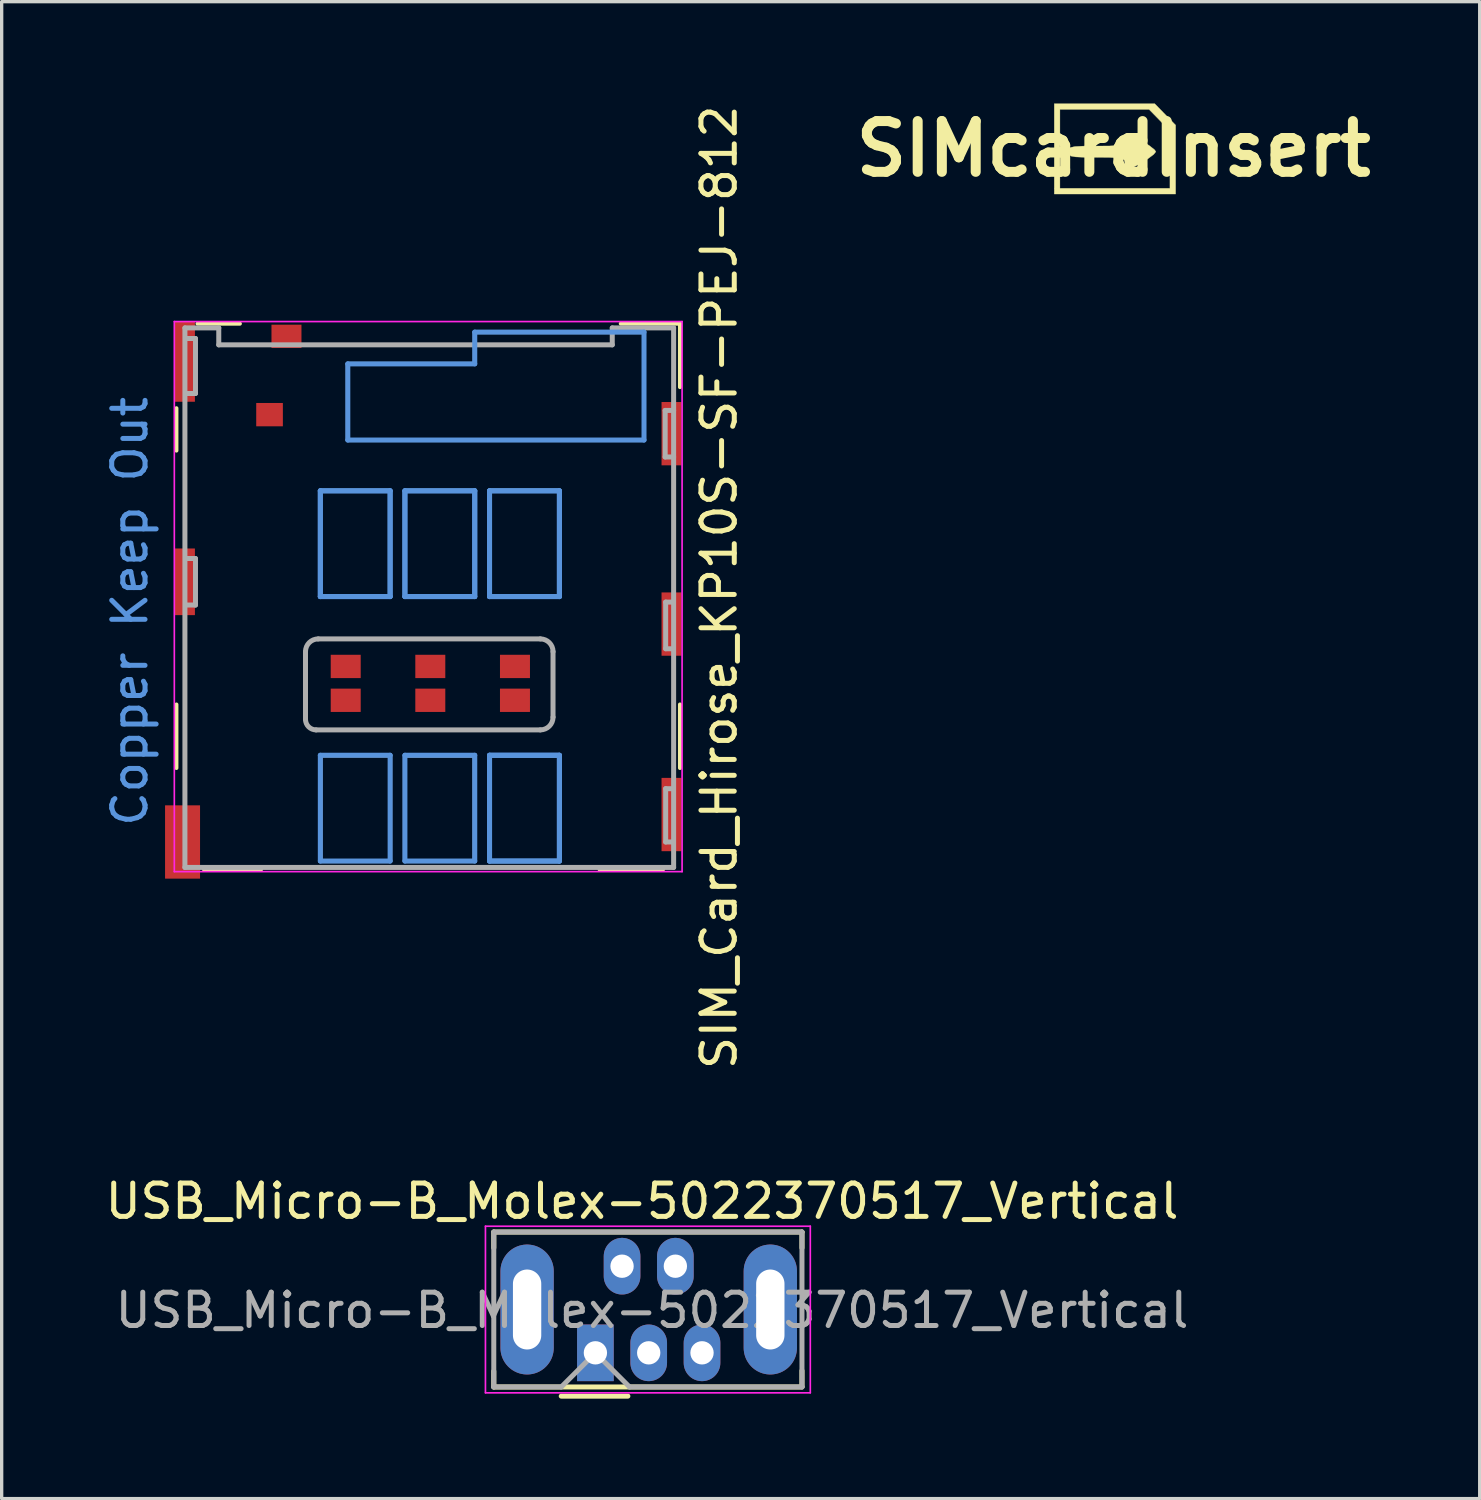
<source format=kicad_pcb>
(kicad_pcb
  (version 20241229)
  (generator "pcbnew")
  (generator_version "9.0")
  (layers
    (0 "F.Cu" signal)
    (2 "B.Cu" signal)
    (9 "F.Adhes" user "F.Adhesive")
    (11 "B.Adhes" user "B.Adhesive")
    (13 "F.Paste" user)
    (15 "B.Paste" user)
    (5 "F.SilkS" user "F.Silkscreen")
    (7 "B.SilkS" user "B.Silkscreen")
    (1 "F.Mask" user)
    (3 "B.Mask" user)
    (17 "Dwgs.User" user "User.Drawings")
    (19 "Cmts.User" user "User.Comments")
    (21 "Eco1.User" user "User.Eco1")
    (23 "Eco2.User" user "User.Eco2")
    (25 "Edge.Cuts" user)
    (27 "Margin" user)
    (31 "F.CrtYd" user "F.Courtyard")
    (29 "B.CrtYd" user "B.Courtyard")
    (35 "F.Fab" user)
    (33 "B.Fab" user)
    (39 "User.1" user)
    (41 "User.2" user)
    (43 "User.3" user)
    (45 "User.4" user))
  (footprint "SIMcardInsert"
    (layer "F.Cu")
    (at 30.371 1.418)
    (property "Reference" "SIMcardInsert" (at 0 0 0) (layer "F.SilkS") (effects (font (size 1.524 1.524) (thickness 0.3))))
    (attr through_hole)
    (fp_poly (pts (xy 1.549 -1.034) (xy 1.863 -0.713) (xy 1.863 1.355) (xy -1.778 1.355) (xy -1.778 -1.185) (xy -1.609 -1.185) (xy -1.609 1.185) (xy 1.693 1.185) (xy 1.693 -0.543) (xy 1.38 -0.864) (xy 1.066 -1.185) (xy -1.609 -1.185) (xy -1.778 -1.185) (xy -1.778 -1.355) (xy 1.236 -1.355) (xy 1.549 -1.034)) (stroke (width 0.01) (type solid)) (fill yes) (layer "F.SilkS"))
    (fp_poly (pts (xy 0.481 -0.433) (xy 0.661 -0.349) (xy 0.878 -0.225) (xy 1.084 -0.09) (xy 1.23 0.026) (xy 1.27 0.085) (xy 1.204 0.167) (xy 1.04 0.29) (xy 0.827 0.425) (xy 0.614 0.543) (xy 0.45 0.612) (xy 0.389 0.615) (xy 0.346 0.496) (xy 0.339 0.409) (xy 0.323 0.338) (xy 0.258 0.293) (xy 0.111 0.267) (xy -0.147 0.256) (xy -0.508 0.254) (xy -0.893 0.252) (xy -1.14 0.241) (xy -1.279 0.215) (xy -1.34 0.168) (xy -1.355 0.094) (xy -1.355 0.085) (xy -1.343 0.008) (xy -1.288 -0.042) (xy -1.158 -0.069) (xy -0.924 -0.082) (xy -0.553 -0.085) (xy -0.508 -0.085) (xy -0.121 -0.087) (xy 0.127 -0.1) (xy 0.266 -0.126) (xy 0.326 -0.174) (xy 0.339 -0.24) (xy 0.363 -0.397) (xy 0.389 -0.446) (xy 0.481 -0.433)) (stroke (width 0.01) (type solid)) (fill yes) (layer "F.SilkS")))
  (footprint "SIM_Card_Hirose_KP10S-SF-PEJ-812"
    (layer "F.Cu")
    (at 9.929 14.221)
    (property "Reference" "SIM_Card_Hirose_KP10S-SF-PEJ-812" (at 8.604 0.356 90) (layer "F.SilkS") (effects (font (size 1 1) (thickness 0.15))))
    (attr smd)
    (fp_line (start -7.684 -5.019) (end -7.684 -3.747) (stroke (width 0.12) (type solid)) (layer "F.SilkS"))
    (fp_line (start -7.684 3.873) (end -7.684 5.779) (stroke (width 0.12) (type solid)) (layer "F.SilkS"))
    (fp_line (start -6.858 8.826) (end -5.144 8.826) (stroke (width 0.12) (type solid)) (layer "F.SilkS"))
    (fp_line (start -5.779 -7.556) (end -7.051 -7.556) (stroke (width 0.12) (type solid)) (layer "F.SilkS"))
    (fp_line (start 5.652 -7.556) (end 7.429 -7.556) (stroke (width 0.12) (type solid)) (layer "F.SilkS"))
    (fp_line (start 6.921 8.826) (end 5.016 8.826) (stroke (width 0.12) (type solid)) (layer "F.SilkS"))
    (fp_line (start 7.429 -7.561) (end 7.429 -5.652) (stroke (width 0.12) (type solid)) (layer "F.SilkS"))
    (fp_line (start 7.429 3.873) (end 7.429 5.779) (stroke (width 0.12) (type solid)) (layer "F.SilkS"))
    (fp_line (start -3.365 -2.54) (end -1.27 -2.54) (stroke (width 0.12) (type solid)) (layer "Dwgs.User"))
    (fp_line (start -3.365 0.635) (end -3.365 -2.54) (stroke (width 0.12) (type solid)) (layer "Dwgs.User"))
    (fp_line (start -3.365 5.397) (end -1.27 5.397) (stroke (width 0.12) (type solid)) (layer "Dwgs.User"))
    (fp_line (start -3.365 5.397) (end -1.27 5.397) (stroke (width 0.12) (type solid)) (layer "Dwgs.User"))
    (fp_line (start -3.365 8.572) (end -3.365 5.397) (stroke (width 0.12) (type solid)) (layer "Dwgs.User"))
    (fp_line (start -3.365 8.572) (end -3.365 5.397) (stroke (width 0.12) (type solid)) (layer "Dwgs.User"))
    (fp_line (start -2.54 -6.35) (end -2.54 -4.064) (stroke (width 0.12) (type solid)) (layer "Dwgs.User"))
    (fp_line (start -2.54 -6.35) (end 1.27 -6.35) (stroke (width 0.12) (type solid)) (layer "Dwgs.User"))
    (fp_line (start -1.27 -2.54) (end -1.27 0.635) (stroke (width 0.12) (type solid)) (layer "Dwgs.User"))
    (fp_line (start -1.27 0.635) (end -3.365 0.635) (stroke (width 0.12) (type solid)) (layer "Dwgs.User"))
    (fp_line (start -1.27 5.397) (end -1.27 8.572) (stroke (width 0.12) (type solid)) (layer "Dwgs.User"))
    (fp_line (start -1.27 5.397) (end -1.27 8.572) (stroke (width 0.12) (type solid)) (layer "Dwgs.User"))
    (fp_line (start -1.27 8.572) (end -3.365 8.572) (stroke (width 0.12) (type solid)) (layer "Dwgs.User"))
    (fp_line (start -1.27 8.572) (end -3.365 8.572) (stroke (width 0.12) (type solid)) (layer "Dwgs.User"))
    (fp_line (start -0.826 -2.54) (end 1.27 -2.54) (stroke (width 0.12) (type solid)) (layer "Dwgs.User"))
    (fp_line (start -0.826 0.635) (end -0.826 -2.54) (stroke (width 0.12) (type solid)) (layer "Dwgs.User"))
    (fp_line (start -0.826 5.397) (end 1.27 5.397) (stroke (width 0.12) (type solid)) (layer "Dwgs.User"))
    (fp_line (start -0.826 5.397) (end 1.27 5.397) (stroke (width 0.12) (type solid)) (layer "Dwgs.User"))
    (fp_line (start -0.826 5.397) (end 1.27 5.397) (stroke (width 0.12) (type solid)) (layer "Dwgs.User"))
    (fp_line (start -0.826 8.572) (end -0.826 5.397) (stroke (width 0.12) (type solid)) (layer "Dwgs.User"))
    (fp_line (start -0.826 8.572) (end -0.826 5.397) (stroke (width 0.12) (type solid)) (layer "Dwgs.User"))
    (fp_line (start 1.27 -7.303) (end 6.35 -7.303) (stroke (width 0.12) (type solid)) (layer "Dwgs.User"))
    (fp_line (start 1.27 -6.35) (end 1.27 -7.303) (stroke (width 0.12) (type solid)) (layer "Dwgs.User"))
    (fp_line (start 1.27 -2.54) (end 1.27 0.635) (stroke (width 0.12) (type solid)) (layer "Dwgs.User"))
    (fp_line (start 1.27 0.635) (end -0.826 0.635) (stroke (width 0.12) (type solid)) (layer "Dwgs.User"))
    (fp_line (start 1.27 5.397) (end 1.27 8.572) (stroke (width 0.12) (type solid)) (layer "Dwgs.User"))
    (fp_line (start 1.27 5.397) (end 1.27 8.572) (stroke (width 0.12) (type solid)) (layer "Dwgs.User"))
    (fp_line (start 1.27 8.572) (end -0.826 8.572) (stroke (width 0.12) (type solid)) (layer "Dwgs.User"))
    (fp_line (start 1.27 8.572) (end -0.826 8.572) (stroke (width 0.12) (type solid)) (layer "Dwgs.User"))
    (fp_line (start 1.714 -2.54) (end 3.81 -2.54) (stroke (width 0.12) (type solid)) (layer "Dwgs.User"))
    (fp_line (start 1.714 -2.54) (end 3.81 -2.54) (stroke (width 0.12) (type solid)) (layer "Dwgs.User"))
    (fp_line (start 1.714 0.635) (end 1.714 -2.54) (stroke (width 0.12) (type solid)) (layer "Dwgs.User"))
    (fp_line (start 1.714 0.635) (end 1.714 -2.54) (stroke (width 0.12) (type solid)) (layer "Dwgs.User"))
    (fp_line (start 1.714 5.397) (end 3.81 5.397) (stroke (width 0.12) (type solid)) (layer "Dwgs.User"))
    (fp_line (start 1.714 5.397) (end 3.81 5.397) (stroke (width 0.12) (type solid)) (layer "Dwgs.User"))
    (fp_line (start 1.714 5.397) (end 3.81 5.397) (stroke (width 0.12) (type solid)) (layer "Dwgs.User"))
    (fp_line (start 1.714 8.572) (end 1.714 5.397) (stroke (width 0.12) (type solid)) (layer "Dwgs.User"))
    (fp_line (start 1.714 8.572) (end 1.714 5.397) (stroke (width 0.12) (type solid)) (layer "Dwgs.User"))
    (fp_line (start 1.714 8.572) (end 1.714 5.397) (stroke (width 0.12) (type solid)) (layer "Dwgs.User"))
    (fp_line (start 3.81 -2.54) (end 3.81 0.635) (stroke (width 0.12) (type solid)) (layer "Dwgs.User"))
    (fp_line (start 3.81 -2.54) (end 3.81 0.635) (stroke (width 0.12) (type solid)) (layer "Dwgs.User"))
    (fp_line (start 3.81 0.635) (end 1.714 0.635) (stroke (width 0.12) (type solid)) (layer "Dwgs.User"))
    (fp_line (start 3.81 0.635) (end 1.714 0.635) (stroke (width 0.12) (type solid)) (layer "Dwgs.User"))
    (fp_line (start 3.81 5.397) (end 3.81 8.572) (stroke (width 0.12) (type solid)) (layer "Dwgs.User"))
    (fp_line (start 3.81 5.397) (end 3.81 8.572) (stroke (width 0.12) (type solid)) (layer "Dwgs.User"))
    (fp_line (start 3.81 5.397) (end 3.81 8.572) (stroke (width 0.12) (type solid)) (layer "Dwgs.User"))
    (fp_line (start 3.81 8.572) (end 1.714 8.572) (stroke (width 0.12) (type solid)) (layer "Dwgs.User"))
    (fp_line (start 3.81 8.572) (end 1.714 8.572) (stroke (width 0.12) (type solid)) (layer "Dwgs.User"))
    (fp_line (start 3.81 8.572) (end 1.714 8.572) (stroke (width 0.12) (type solid)) (layer "Dwgs.User"))
    (fp_line (start 6.35 -7.303) (end 6.35 -4.064) (stroke (width 0.12) (type solid)) (layer "Dwgs.User"))
    (fp_line (start 6.35 -4.064) (end -2.54 -4.064) (stroke (width 0.12) (type solid)) (layer "Dwgs.User"))
    (fp_line (start -3.365 -2.54) (end -1.27 -2.54) (stroke (width 0.15) (type solid)) (layer "Cmts.User"))
    (fp_line (start -3.365 -2.54) (end -1.27 -2.54) (stroke (width 0.15) (type solid)) (layer "Cmts.User"))
    (fp_line (start -3.365 0.635) (end -3.365 -2.54) (stroke (width 0.15) (type solid)) (layer "Cmts.User"))
    (fp_line (start -3.365 0.635) (end -3.365 -2.54) (stroke (width 0.15) (type solid)) (layer "Cmts.User"))
    (fp_line (start -3.365 5.397) (end -1.27 5.397) (stroke (width 0.15) (type solid)) (layer "Cmts.User"))
    (fp_line (start -3.365 8.572) (end -3.365 5.397) (stroke (width 0.15) (type solid)) (layer "Cmts.User"))
    (fp_line (start -2.54 -6.35) (end 1.27 -6.35) (stroke (width 0.15) (type solid)) (layer "Cmts.User"))
    (fp_line (start -2.54 -4.064) (end -2.54 -6.35) (stroke (width 0.15) (type solid)) (layer "Cmts.User"))
    (fp_line (start -1.27 -2.54) (end -1.27 0.635) (stroke (width 0.15) (type solid)) (layer "Cmts.User"))
    (fp_line (start -1.27 -2.54) (end -1.27 0.635) (stroke (width 0.15) (type solid)) (layer "Cmts.User"))
    (fp_line (start -1.27 0.635) (end -3.365 0.635) (stroke (width 0.15) (type solid)) (layer "Cmts.User"))
    (fp_line (start -1.27 0.635) (end -3.365 0.635) (stroke (width 0.15) (type solid)) (layer "Cmts.User"))
    (fp_line (start -1.27 5.397) (end -1.27 8.572) (stroke (width 0.15) (type solid)) (layer "Cmts.User"))
    (fp_line (start -1.27 8.572) (end -3.365 8.572) (stroke (width 0.15) (type solid)) (layer "Cmts.User"))
    (fp_line (start -0.826 -2.54) (end 1.27 -2.54) (stroke (width 0.15) (type solid)) (layer "Cmts.User"))
    (fp_line (start -0.826 -2.54) (end 1.27 -2.54) (stroke (width 0.15) (type solid)) (layer "Cmts.User"))
    (fp_line (start -0.826 0.635) (end -0.826 -2.54) (stroke (width 0.15) (type solid)) (layer "Cmts.User"))
    (fp_line (start -0.826 0.635) (end -0.826 -2.54) (stroke (width 0.15) (type solid)) (layer "Cmts.User"))
    (fp_line (start -0.826 5.397) (end 1.27 5.397) (stroke (width 0.15) (type solid)) (layer "Cmts.User"))
    (fp_line (start -0.826 8.572) (end -0.826 5.397) (stroke (width 0.15) (type solid)) (layer "Cmts.User"))
    (fp_line (start 1.27 -7.303) (end 6.35 -7.303) (stroke (width 0.15) (type solid)) (layer "Cmts.User"))
    (fp_line (start 1.27 -6.35) (end 1.27 -7.303) (stroke (width 0.15) (type solid)) (layer "Cmts.User"))
    (fp_line (start 1.27 -2.54) (end 1.27 0.635) (stroke (width 0.15) (type solid)) (layer "Cmts.User"))
    (fp_line (start 1.27 -2.54) (end 1.27 0.635) (stroke (width 0.15) (type solid)) (layer "Cmts.User"))
    (fp_line (start 1.27 0.635) (end -0.826 0.635) (stroke (width 0.15) (type solid)) (layer "Cmts.User"))
    (fp_line (start 1.27 0.635) (end -0.826 0.635) (stroke (width 0.15) (type solid)) (layer "Cmts.User"))
    (fp_line (start 1.27 5.397) (end 1.27 8.572) (stroke (width 0.15) (type solid)) (layer "Cmts.User"))
    (fp_line (start 1.27 8.572) (end -0.826 8.572) (stroke (width 0.15) (type solid)) (layer "Cmts.User"))
    (fp_line (start 1.714 -2.54) (end 3.81 -2.54) (stroke (width 0.15) (type solid)) (layer "Cmts.User"))
    (fp_line (start 1.714 -2.54) (end 3.81 -2.54) (stroke (width 0.15) (type solid)) (layer "Cmts.User"))
    (fp_line (start 1.714 0.635) (end 1.714 -2.54) (stroke (width 0.15) (type solid)) (layer "Cmts.User"))
    (fp_line (start 1.714 0.635) (end 1.714 -2.54) (stroke (width 0.15) (type solid)) (layer "Cmts.User"))
    (fp_line (start 1.714 5.397) (end 3.81 5.397) (stroke (width 0.15) (type solid)) (layer "Cmts.User"))
    (fp_line (start 1.714 5.397) (end 3.81 5.397) (stroke (width 0.15) (type solid)) (layer "Cmts.User"))
    (fp_line (start 1.714 8.572) (end 1.714 5.397) (stroke (width 0.15) (type solid)) (layer "Cmts.User"))
    (fp_line (start 1.714 8.572) (end 1.714 5.397) (stroke (width 0.15) (type solid)) (layer "Cmts.User"))
    (fp_line (start 3.81 -2.54) (end 3.81 0.635) (stroke (width 0.15) (type solid)) (layer "Cmts.User"))
    (fp_line (start 3.81 -2.54) (end 3.81 0.635) (stroke (width 0.15) (type solid)) (layer "Cmts.User"))
    (fp_line (start 3.81 0.635) (end 1.714 0.635) (stroke (width 0.15) (type solid)) (layer "Cmts.User"))
    (fp_line (start 3.81 0.635) (end 1.714 0.635) (stroke (width 0.15) (type solid)) (layer "Cmts.User"))
    (fp_line (start 3.81 5.397) (end 3.81 8.572) (stroke (width 0.15) (type solid)) (layer "Cmts.User"))
    (fp_line (start 3.81 5.397) (end 3.81 8.572) (stroke (width 0.15) (type solid)) (layer "Cmts.User"))
    (fp_line (start 3.81 8.572) (end 1.714 8.572) (stroke (width 0.15) (type solid)) (layer "Cmts.User"))
    (fp_line (start 3.81 8.572) (end 1.714 8.572) (stroke (width 0.15) (type solid)) (layer "Cmts.User"))
    (fp_line (start 6.35 -7.303) (end 6.35 -4.064) (stroke (width 0.15) (type solid)) (layer "Cmts.User"))
    (fp_line (start 6.35 -4.064) (end -2.54 -4.064) (stroke (width 0.15) (type solid)) (layer "Cmts.User"))
    (fp_line (start -7.747 -7.62) (end 7.493 -7.62) (stroke (width 0.05) (type solid)) (layer "F.CrtYd"))
    (fp_line (start -7.747 8.89) (end -7.747 -7.62) (stroke (width 0.05) (type solid)) (layer "F.CrtYd"))
    (fp_line (start 7.493 -7.62) (end 7.493 8.89) (stroke (width 0.05) (type solid)) (layer "F.CrtYd"))
    (fp_line (start 7.493 8.89) (end -7.747 8.89) (stroke (width 0.05) (type solid)) (layer "F.CrtYd"))
    (fp_line (start -7.429 -7.429) (end -7.429 8.763) (stroke (width 0.15) (type solid)) (layer "F.Fab"))
    (fp_line (start -7.429 -7.429) (end -6.413 -7.429) (stroke (width 0.15) (type solid)) (layer "F.Fab"))
    (fp_line (start -7.429 8.763) (end 7.239 8.763) (stroke (width 0.15) (type solid)) (layer "F.Fab"))
    (fp_line (start -7.366 -7.112) (end -7.112 -7.112) (stroke (width 0.15) (type solid)) (layer "F.Fab"))
    (fp_line (start -7.366 -0.508) (end -7.112 -0.508) (stroke (width 0.15) (type solid)) (layer "F.Fab"))
    (fp_line (start -7.112 -7.112) (end -7.112 -5.461) (stroke (width 0.15) (type solid)) (layer "F.Fab"))
    (fp_line (start -7.112 -5.461) (end -7.366 -5.461) (stroke (width 0.15) (type solid)) (layer "F.Fab"))
    (fp_line (start -7.112 -0.508) (end -7.112 0.889) (stroke (width 0.15) (type solid)) (layer "F.Fab"))
    (fp_line (start -7.112 0.889) (end -7.366 0.889) (stroke (width 0.15) (type solid)) (layer "F.Fab"))
    (fp_line (start -6.413 -7.429) (end -6.413 -6.921) (stroke (width 0.15) (type solid)) (layer "F.Fab"))
    (fp_line (start -6.413 -6.921) (end 5.397 -6.921) (stroke (width 0.15) (type solid)) (layer "F.Fab"))
    (fp_line (start -3.81 4.318) (end -3.81 2.286) (stroke (width 0.15) (type solid)) (layer "F.Fab"))
    (fp_line (start -3.429 1.905) (end 3.239 1.905) (stroke (width 0.15) (type solid)) (layer "F.Fab"))
    (fp_line (start 3.239 4.636) (end -3.493 4.636) (stroke (width 0.15) (type solid)) (layer "F.Fab"))
    (fp_line (start 3.619 2.286) (end 3.619 4.255) (stroke (width 0.15) (type solid)) (layer "F.Fab"))
    (fp_line (start 5.397 -7.429) (end 7.239 -7.429) (stroke (width 0.15) (type solid)) (layer "F.Fab"))
    (fp_line (start 5.397 -6.921) (end 5.397 -7.429) (stroke (width 0.15) (type solid)) (layer "F.Fab"))
    (fp_line (start 6.985 -4.953) (end 6.985 -3.556) (stroke (width 0.15) (type solid)) (layer "F.Fab"))
    (fp_line (start 6.985 -3.556) (end 7.239 -3.556) (stroke (width 0.15) (type solid)) (layer "F.Fab"))
    (fp_line (start 7 0.8) (end 7 2.2) (stroke (width 0.15) (type solid)) (layer "F.Fab"))
    (fp_line (start 7 2.2) (end 7.2 2.2) (stroke (width 0.15) (type solid)) (layer "F.Fab"))
    (fp_line (start 7 6.4) (end 7 8) (stroke (width 0.15) (type solid)) (layer "F.Fab"))
    (fp_line (start 7 8) (end 7.2 8) (stroke (width 0.15) (type solid)) (layer "F.Fab"))
    (fp_line (start 7.2 0.8) (end 7 0.8) (stroke (width 0.15) (type solid)) (layer "F.Fab"))
    (fp_line (start 7.2 6.4) (end 7 6.4) (stroke (width 0.15) (type solid)) (layer "F.Fab"))
    (fp_line (start 7.239 -4.953) (end 6.985 -4.953) (stroke (width 0.15) (type solid)) (layer "F.Fab"))
    (fp_line (start 7.239 8.763) (end 7.239 -7.429) (stroke (width 0.15) (type solid)) (layer "F.Fab"))
    (fp_arc (start -3.81 2.286) (mid -3.698408 2.016592) (end -3.429 1.905) (stroke (width 0.15) (type solid)) (layer "F.Fab"))
    (fp_arc (start -3.4925 4.6355) (mid -3.717006 4.542506) (end -3.81 4.318) (stroke (width 0.15) (type solid)) (layer "F.Fab"))
    (fp_arc (start 3.2385 1.905) (mid 3.507908 2.016592) (end 3.6195 2.286) (stroke (width 0.15) (type solid)) (layer "F.Fab"))
    (fp_arc (start 3.6195 4.2545) (mid 3.507908 4.523908) (end 3.2385 4.6355) (stroke (width 0.15) (type solid)) (layer "F.Fab"))
    (fp_text user "Copper Keep Out" (at -9.081 1.079 90) (layer "Cmts.User") (effects (font (size 1 1) (thickness 0.15))))
    (pad "7" smd rect (at 7.176 -4.255) (size 0.6 1.9) (layers "F.Cu" "F.Mask" "F.Paste"))
    (pad "10" smd rect (at -7.429 0.191) (size 0.6 2) (layers "F.Cu" "F.Mask" "F.Paste"))
    (pad "11" smd rect (at -7.5 8) (size 1.05 2.2) (layers "F.Cu" "F.Mask" "F.Paste"))
    (pad "11" smd rect (at -7.429 -6.413) (size 0.6 2.4) (layers "F.Cu" "F.Mask" "F.Paste"))
    (pad "11" smd rect (at 7.176 1.46) (size 0.6 1.9) (layers "F.Cu" "F.Mask" "F.Paste"))
    (pad "11" smd rect (at 7.176 7.176) (size 0.6 2.2) (layers "F.Cu" "F.Mask" "F.Paste"))
    (pad "C1" smd rect (at 2.477 3.747) (size 0.9 0.7) (layers "F.Cu" "F.Mask" "F.Paste"))
    (pad "C2" smd rect (at -0.064 3.747) (size 0.9 0.7) (layers "F.Cu" "F.Mask" "F.Paste"))
    (pad "C3" smd rect (at -2.603 3.747) (size 0.9 0.7) (layers "F.Cu" "F.Mask" "F.Paste"))
    (pad "C5" smd rect (at 2.477 2.731) (size 0.9 0.7) (layers "F.Cu" "F.Mask" "F.Paste"))
    (pad "C6" smd rect (at -0.064 2.731) (size 0.9 0.7) (layers "F.Cu" "F.Mask" "F.Paste"))
    (pad "C7" smd rect (at -2.603 2.731) (size 0.9 0.7) (layers "F.Cu" "F.Mask" "F.Paste"))
    (pad "S1" smd rect (at -4.889 -4.826) (size 0.8 0.7) (layers "F.Cu" "F.Mask" "F.Paste"))
    (pad "S2" smd rect (at -4.381 -7.176) (size 0.9 0.7) (layers "F.Cu" "F.Mask" "F.Paste")))
  (footprint "USB_Micro-B_Molex-5022370517_Vertical"
    (layer "F.Cu")
    (at 12.77 36.253)
    (property "Reference" "USB_Micro-B_Molex-5022370517_Vertical" (at 3.45 -3.25 0) (layer "F.SilkS") (effects (font (size 1 1) (thickness 0.15))))
    (attr through_hole)
    (fp_line (start -1 -2.325) (end 8.25 -2.325) (stroke (width 0.15) (type solid)) (layer "F.SilkS"))
    (fp_line (start -1 -1.85) (end -1 -2.325) (stroke (width 0.15) (type solid)) (layer "F.SilkS"))
    (fp_line (start -1 1.85) (end -1 2.325) (stroke (width 0.15) (type solid)) (layer "F.SilkS"))
    (fp_line (start -1 2.325) (end 8.25 2.325) (stroke (width 0.15) (type solid)) (layer "F.SilkS"))
    (fp_line (start 1.025 2.6) (end 3.025 2.6) (stroke (width 0.15) (type solid)) (layer "F.SilkS"))
    (fp_line (start 8.25 -2.325) (end 8.25 -1.85) (stroke (width 0.15) (type solid)) (layer "F.SilkS"))
    (fp_line (start 8.25 2.312) (end 8.25 1.837) (stroke (width 0.15) (type solid)) (layer "F.SilkS"))
    (fp_line (start -1.25 -2.5) (end -1.25 2.5) (stroke (width 0.05) (type solid)) (layer "F.CrtYd"))
    (fp_line (start -1.25 2.5) (end 8.5 2.5) (stroke (width 0.05) (type solid)) (layer "F.CrtYd"))
    (fp_line (start 8.5 -2.5) (end -1.25 -2.5) (stroke (width 0.05) (type solid)) (layer "F.CrtYd"))
    (fp_line (start 8.5 2.5) (end 8.5 -2.5) (stroke (width 0.05) (type solid)) (layer "F.CrtYd"))
    (fp_line (start -1 -2.325) (end 8.25 -2.325) (stroke (width 0.15) (type solid)) (layer "F.Fab"))
    (fp_line (start -1 2.325) (end -1 -2.325) (stroke (width 0.15) (type solid)) (layer "F.Fab"))
    (fp_line (start -1 2.325) (end 1.025 2.325) (stroke (width 0.15) (type solid)) (layer "F.Fab"))
    (fp_line (start 1.025 2.325) (end 2.05 1.3) (stroke (width 0.15) (type solid)) (layer "F.Fab"))
    (fp_line (start 2.05 1.3) (end 3.075 2.325) (stroke (width 0.15) (type solid)) (layer "F.Fab"))
    (fp_line (start 8.25 -2.325) (end 8.25 2.325) (stroke (width 0.15) (type solid)) (layer "F.Fab"))
    (fp_line (start 8.25 2.325) (end 3.075 2.325) (stroke (width 0.15) (type solid)) (layer "F.Fab"))
    (fp_text user "${REFERENCE}" (at 3.75 0.025 0) (layer "F.Fab") (effects (font (size 1 1) (thickness 0.15))))
    (pad "1" thru_hole rect (at 2.05 1.3) (size 1.1 1.7) (drill 0.7) (layers "*.Cu" "*.Mask"))
    (pad "2" thru_hole oval (at 2.85 -1.3) (size 1.1 1.7) (drill 0.7) (layers "*.Cu" "*.Mask"))
    (pad "3" thru_hole oval (at 3.65 1.3) (size 1.1 1.7) (drill 0.7) (layers "*.Cu" "*.Mask"))
    (pad "4" thru_hole oval (at 4.45 -1.3) (size 1.1 1.7) (drill 0.7) (layers "*.Cu" "*.Mask"))
    (pad "5" thru_hole oval (at 5.25 1.3) (size 1.1 1.7) (drill 0.7) (layers "*.Cu" "*.Mask"))
    (pad "6" thru_hole oval (at 0 0) (size 1.6 3.9) (drill oval 0.85 2.4) (layers "*.Cu" "*.Mask"))
    (pad "6" thru_hole oval (at 7.3 0) (size 1.6 3.9) (drill oval 0.85 2.4) (layers "*.Cu" "*.Mask")))
  (gr_rect
    (start -3 -3)
    (end 41.361 41.928)
    (stroke (width 0.1) (type default))
    (fill no)
    (layer "Edge.Cuts")))
</source>
